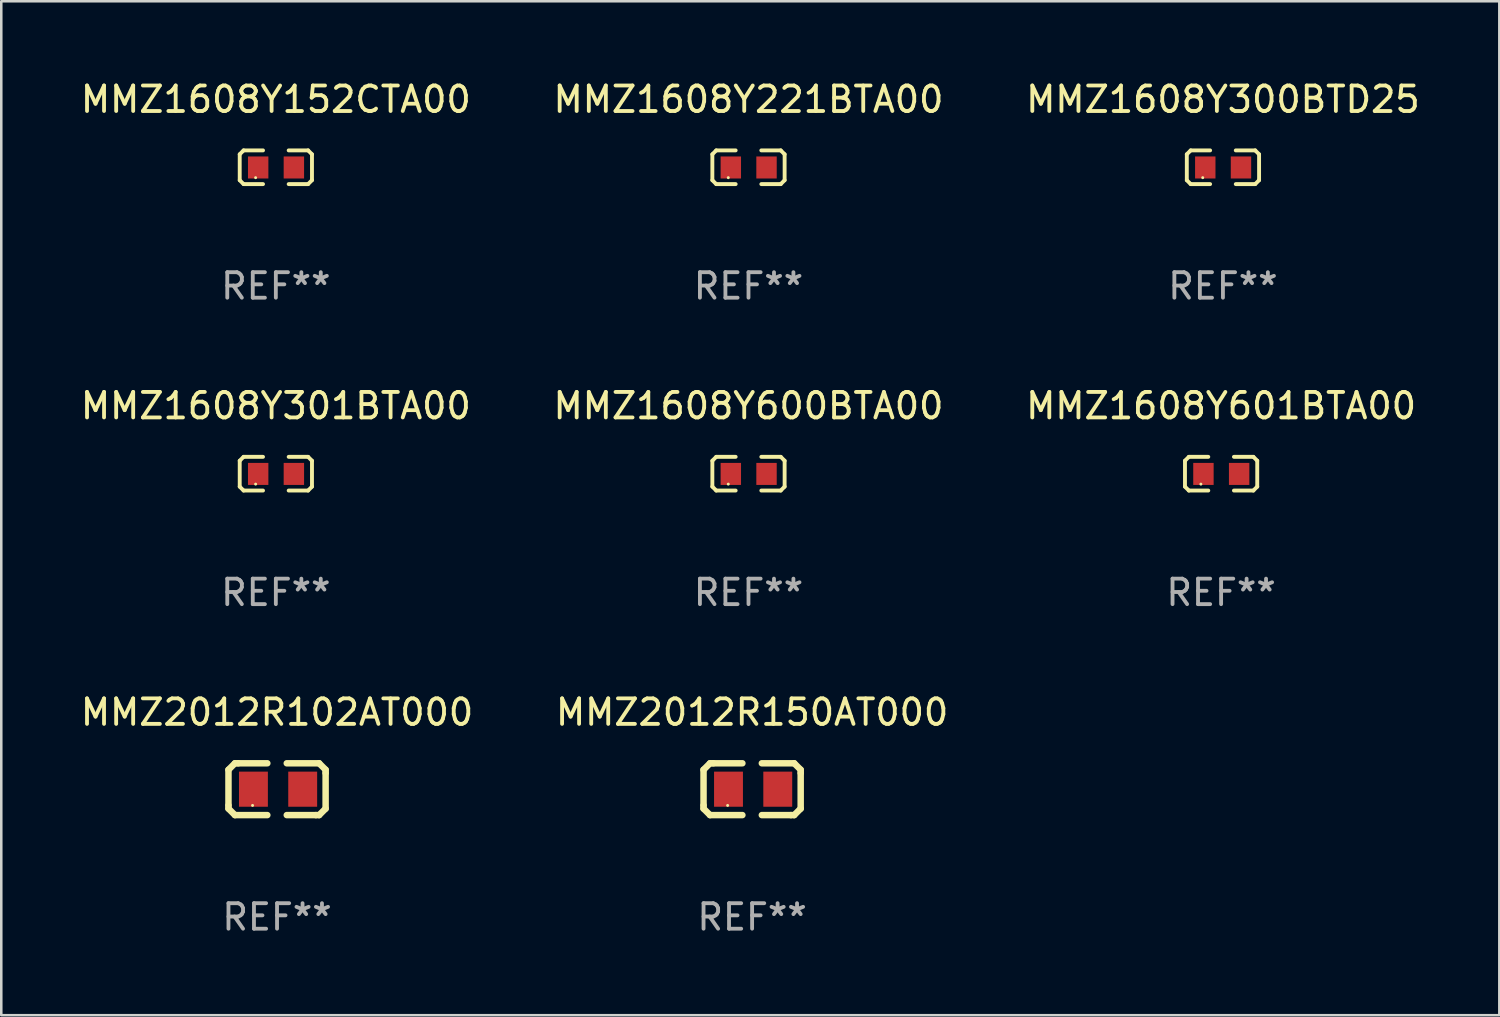
<source format=kicad_pcb>
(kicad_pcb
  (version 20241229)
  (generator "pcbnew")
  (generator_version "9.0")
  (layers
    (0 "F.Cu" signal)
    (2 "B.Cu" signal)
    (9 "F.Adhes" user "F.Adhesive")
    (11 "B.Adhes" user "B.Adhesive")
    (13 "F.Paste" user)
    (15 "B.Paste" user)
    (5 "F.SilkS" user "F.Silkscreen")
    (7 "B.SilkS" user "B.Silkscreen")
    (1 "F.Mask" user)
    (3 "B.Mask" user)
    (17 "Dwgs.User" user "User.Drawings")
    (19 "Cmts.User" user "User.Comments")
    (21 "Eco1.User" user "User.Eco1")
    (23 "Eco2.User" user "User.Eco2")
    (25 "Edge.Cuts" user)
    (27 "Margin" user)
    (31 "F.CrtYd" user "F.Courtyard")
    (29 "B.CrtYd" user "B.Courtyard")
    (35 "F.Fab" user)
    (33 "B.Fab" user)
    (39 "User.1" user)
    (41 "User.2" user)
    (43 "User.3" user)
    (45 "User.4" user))
  (footprint "MMZ2012R150AT000"
    (layer "F.Cu")
    (at 26.446 27.9)
    (property "Reference" "MMZ2012R150AT000" (at 0 -3.016 0) (layer "F.SilkS") (effects (font (size 1 1) (thickness 0.15))))
    (attr through_hole)
    (fp_line (start -1.905 -0.762) (end -1.905 0.635) (stroke (width 0.254) (type solid)) (layer "F.SilkS"))
    (fp_line (start -1.905 0.635) (end -1.905 0.762) (stroke (width 0.254) (type solid)) (layer "F.SilkS"))
    (fp_line (start -1.905 0.762) (end -1.651 1.016) (stroke (width 0.254) (type solid)) (layer "F.SilkS"))
    (fp_line (start -1.651 -1.016) (end -1.905 -0.762) (stroke (width 0.254) (type solid)) (layer "F.SilkS"))
    (fp_line (start -1.651 1.016) (end -0.381 1.016) (stroke (width 0.254) (type solid)) (layer "F.SilkS"))
    (fp_line (start -1.524 -1.016) (end -1.651 -1.016) (stroke (width 0.254) (type solid)) (layer "F.SilkS"))
    (fp_line (start -0.381 -1.016) (end -1.524 -1.016) (stroke (width 0.254) (type solid)) (layer "F.SilkS"))
    (fp_line (start 0.381 1.016) (end 1.524 1.016) (stroke (width 0.254) (type solid)) (layer "F.SilkS"))
    (fp_line (start 1.524 1.016) (end 1.651 1.016) (stroke (width 0.254) (type solid)) (layer "F.SilkS"))
    (fp_line (start 1.651 -1.016) (end 0.381 -1.016) (stroke (width 0.254) (type solid)) (layer "F.SilkS"))
    (fp_line (start 1.651 1.016) (end 1.905 0.762) (stroke (width 0.254) (type solid)) (layer "F.SilkS"))
    (fp_line (start 1.905 -0.762) (end 1.651 -1.016) (stroke (width 0.254) (type solid)) (layer "F.SilkS"))
    (fp_line (start 1.905 -0.635) (end 1.905 -0.762) (stroke (width 0.254) (type solid)) (layer "F.SilkS"))
    (fp_line (start 1.905 0.762) (end 1.905 -0.635) (stroke (width 0.254) (type solid)) (layer "F.SilkS"))
    (fp_circle (center -0.96 0.637) (end -0.93 0.637) (stroke (width 0.06) (type solid)) (fill no) (layer "F.SilkS"))
    (fp_text user "REF**" (at 0 5.016 0) (layer "F.Fab") (effects (font (size 1 1) (thickness 0.15))))
    (pad "1" smd rect (at -0.926 -0.000051) (size 1.133 1.377) (layers "F.Cu" "F.Mask" "F.Paste"))
    (pad "2" smd rect (at 1.006 -0.000051) (size 1.133 1.377) (layers "F.Cu" "F.Mask" "F.Paste")))
  (footprint "MMZ1608Y601BTA00"
    (layer "F.Cu")
    (at 44.839 15.527)
    (property "Reference" "MMZ1608Y601BTA00" (at 0 -2.661 0) (layer "F.SilkS") (effects (font (size 1 1) (thickness 0.15))))
    (attr through_hole)
    (fp_line (start -1.417 -0.508) (end -1.265 -0.661) (stroke (width 0.152) (type solid)) (layer "F.SilkS"))
    (fp_line (start -1.417 0.508) (end -1.417 -0.508) (stroke (width 0.152) (type solid)) (layer "F.SilkS"))
    (fp_line (start -1.265 -0.661) (end -0.503 -0.661) (stroke (width 0.152) (type solid)) (layer "F.SilkS"))
    (fp_line (start -1.265 0.661) (end -1.417 0.508) (stroke (width 0.152) (type solid)) (layer "F.SilkS"))
    (fp_line (start -1.265 0.661) (end -0.503 0.661) (stroke (width 0.152) (type solid)) (layer "F.SilkS"))
    (fp_line (start 1.265 -0.661) (end 0.503 -0.661) (stroke (width 0.152) (type solid)) (layer "F.SilkS"))
    (fp_line (start 1.265 -0.661) (end 1.417 -0.508) (stroke (width 0.152) (type solid)) (layer "F.SilkS"))
    (fp_line (start 1.265 0.661) (end 0.503 0.661) (stroke (width 0.152) (type solid)) (layer "F.SilkS"))
    (fp_line (start 1.417 -0.508) (end 1.417 0.508) (stroke (width 0.152) (type solid)) (layer "F.SilkS"))
    (fp_line (start 1.417 0.508) (end 1.265 0.661) (stroke (width 0.152) (type solid)) (layer "F.SilkS"))
    (fp_circle (center -0.793 0.409) (end -0.763 0.409) (stroke (width 0.06) (type solid)) (fill no) (layer "F.SilkS"))
    (fp_text user "REF**" (at 0 4.661 0) (layer "F.Fab") (effects (font (size 1 1) (thickness 0.15))))
    (pad "1" smd rect (at -0.693 0.009 180) (size 0.8 0.864) (layers "F.Cu" "F.Mask" "F.Paste"))
    (pad "2" smd rect (at 0.707 0.009 180) (size 0.8 0.864) (layers "F.Cu" "F.Mask" "F.Paste")))
  (footprint "MMZ1608Y600BTA00"
    (layer "F.Cu")
    (at 26.304 15.527)
    (property "Reference" "MMZ1608Y600BTA00" (at 0 -2.661 0) (layer "F.SilkS") (effects (font (size 1 1) (thickness 0.15))))
    (attr through_hole)
    (fp_line (start -1.417 -0.508) (end -1.265 -0.661) (stroke (width 0.152) (type solid)) (layer "F.SilkS"))
    (fp_line (start -1.417 0.508) (end -1.417 -0.508) (stroke (width 0.152) (type solid)) (layer "F.SilkS"))
    (fp_line (start -1.265 -0.661) (end -0.503 -0.661) (stroke (width 0.152) (type solid)) (layer "F.SilkS"))
    (fp_line (start -1.265 0.661) (end -1.417 0.508) (stroke (width 0.152) (type solid)) (layer "F.SilkS"))
    (fp_line (start -1.265 0.661) (end -0.503 0.661) (stroke (width 0.152) (type solid)) (layer "F.SilkS"))
    (fp_line (start 1.265 -0.661) (end 0.503 -0.661) (stroke (width 0.152) (type solid)) (layer "F.SilkS"))
    (fp_line (start 1.265 -0.661) (end 1.417 -0.508) (stroke (width 0.152) (type solid)) (layer "F.SilkS"))
    (fp_line (start 1.265 0.661) (end 0.503 0.661) (stroke (width 0.152) (type solid)) (layer "F.SilkS"))
    (fp_line (start 1.417 -0.508) (end 1.417 0.508) (stroke (width 0.152) (type solid)) (layer "F.SilkS"))
    (fp_line (start 1.417 0.508) (end 1.265 0.661) (stroke (width 0.152) (type solid)) (layer "F.SilkS"))
    (fp_circle (center -0.793 0.409) (end -0.763 0.409) (stroke (width 0.06) (type solid)) (fill no) (layer "F.SilkS"))
    (fp_text user "REF**" (at 0 4.661 0) (layer "F.Fab") (effects (font (size 1 1) (thickness 0.15))))
    (pad "1" smd rect (at -0.693 0.009 180) (size 0.8 0.864) (layers "F.Cu" "F.Mask" "F.Paste"))
    (pad "2" smd rect (at 0.707 0.009 180) (size 0.8 0.864) (layers "F.Cu" "F.Mask" "F.Paste")))
  (footprint "MMZ2012R102AT000"
    (layer "F.Cu")
    (at 7.815 27.9)
    (property "Reference" "MMZ2012R102AT000" (at 0 -3.016 0) (layer "F.SilkS") (effects (font (size 1 1) (thickness 0.15))))
    (attr through_hole)
    (fp_line (start -1.905 -0.762) (end -1.905 0.635) (stroke (width 0.254) (type solid)) (layer "F.SilkS"))
    (fp_line (start -1.905 0.635) (end -1.905 0.762) (stroke (width 0.254) (type solid)) (layer "F.SilkS"))
    (fp_line (start -1.905 0.762) (end -1.651 1.016) (stroke (width 0.254) (type solid)) (layer "F.SilkS"))
    (fp_line (start -1.651 -1.016) (end -1.905 -0.762) (stroke (width 0.254) (type solid)) (layer "F.SilkS"))
    (fp_line (start -1.651 1.016) (end -0.381 1.016) (stroke (width 0.254) (type solid)) (layer "F.SilkS"))
    (fp_line (start -1.524 -1.016) (end -1.651 -1.016) (stroke (width 0.254) (type solid)) (layer "F.SilkS"))
    (fp_line (start -0.381 -1.016) (end -1.524 -1.016) (stroke (width 0.254) (type solid)) (layer "F.SilkS"))
    (fp_line (start 0.381 1.016) (end 1.524 1.016) (stroke (width 0.254) (type solid)) (layer "F.SilkS"))
    (fp_line (start 1.524 1.016) (end 1.651 1.016) (stroke (width 0.254) (type solid)) (layer "F.SilkS"))
    (fp_line (start 1.651 -1.016) (end 0.381 -1.016) (stroke (width 0.254) (type solid)) (layer "F.SilkS"))
    (fp_line (start 1.651 1.016) (end 1.905 0.762) (stroke (width 0.254) (type solid)) (layer "F.SilkS"))
    (fp_line (start 1.905 -0.762) (end 1.651 -1.016) (stroke (width 0.254) (type solid)) (layer "F.SilkS"))
    (fp_line (start 1.905 -0.635) (end 1.905 -0.762) (stroke (width 0.254) (type solid)) (layer "F.SilkS"))
    (fp_line (start 1.905 0.762) (end 1.905 -0.635) (stroke (width 0.254) (type solid)) (layer "F.SilkS"))
    (fp_circle (center -0.96 0.637) (end -0.93 0.637) (stroke (width 0.06) (type solid)) (fill no) (layer "F.SilkS"))
    (fp_text user "REF**" (at 0 5.016 0) (layer "F.Fab") (effects (font (size 1 1) (thickness 0.15))))
    (pad "1" smd rect (at -0.926 -0.000051) (size 1.133 1.377) (layers "F.Cu" "F.Mask" "F.Paste"))
    (pad "2" smd rect (at 1.006 -0.000051) (size 1.133 1.377) (layers "F.Cu" "F.Mask" "F.Paste")))
  (footprint "MMZ1608Y221BTA00"
    (layer "F.Cu")
    (at 26.304 3.509)
    (property "Reference" "MMZ1608Y221BTA00" (at 0 -2.661 0) (layer "F.SilkS") (effects (font (size 1 1) (thickness 0.15))))
    (attr through_hole)
    (fp_line (start -1.417 -0.508) (end -1.265 -0.661) (stroke (width 0.152) (type solid)) (layer "F.SilkS"))
    (fp_line (start -1.417 0.508) (end -1.417 -0.508) (stroke (width 0.152) (type solid)) (layer "F.SilkS"))
    (fp_line (start -1.265 -0.661) (end -0.503 -0.661) (stroke (width 0.152) (type solid)) (layer "F.SilkS"))
    (fp_line (start -1.265 0.661) (end -1.417 0.508) (stroke (width 0.152) (type solid)) (layer "F.SilkS"))
    (fp_line (start -1.265 0.661) (end -0.503 0.661) (stroke (width 0.152) (type solid)) (layer "F.SilkS"))
    (fp_line (start 1.265 -0.661) (end 0.503 -0.661) (stroke (width 0.152) (type solid)) (layer "F.SilkS"))
    (fp_line (start 1.265 -0.661) (end 1.417 -0.508) (stroke (width 0.152) (type solid)) (layer "F.SilkS"))
    (fp_line (start 1.265 0.661) (end 0.503 0.661) (stroke (width 0.152) (type solid)) (layer "F.SilkS"))
    (fp_line (start 1.417 -0.508) (end 1.417 0.508) (stroke (width 0.152) (type solid)) (layer "F.SilkS"))
    (fp_line (start 1.417 0.508) (end 1.265 0.661) (stroke (width 0.152) (type solid)) (layer "F.SilkS"))
    (fp_circle (center -0.793 0.409) (end -0.763 0.409) (stroke (width 0.06) (type solid)) (fill no) (layer "F.SilkS"))
    (fp_text user "REF**" (at 0 4.661 0) (layer "F.Fab") (effects (font (size 1 1) (thickness 0.15))))
    (pad "1" smd rect (at -0.693 0.009 180) (size 0.8 0.864) (layers "F.Cu" "F.Mask" "F.Paste"))
    (pad "2" smd rect (at 0.707 0.009 180) (size 0.8 0.864) (layers "F.Cu" "F.Mask" "F.Paste")))
  (footprint "MMZ1608Y300BTD25"
    (layer "F.Cu")
    (at 44.911 3.509)
    (property "Reference" "MMZ1608Y300BTD25" (at 0 -2.661 0) (layer "F.SilkS") (effects (font (size 1 1) (thickness 0.15))))
    (attr through_hole)
    (fp_line (start -1.417 -0.508) (end -1.265 -0.661) (stroke (width 0.152) (type solid)) (layer "F.SilkS"))
    (fp_line (start -1.417 0.508) (end -1.417 -0.508) (stroke (width 0.152) (type solid)) (layer "F.SilkS"))
    (fp_line (start -1.265 -0.661) (end -0.503 -0.661) (stroke (width 0.152) (type solid)) (layer "F.SilkS"))
    (fp_line (start -1.265 0.661) (end -1.417 0.508) (stroke (width 0.152) (type solid)) (layer "F.SilkS"))
    (fp_line (start -1.265 0.661) (end -0.503 0.661) (stroke (width 0.152) (type solid)) (layer "F.SilkS"))
    (fp_line (start 1.265 -0.661) (end 0.503 -0.661) (stroke (width 0.152) (type solid)) (layer "F.SilkS"))
    (fp_line (start 1.265 -0.661) (end 1.417 -0.508) (stroke (width 0.152) (type solid)) (layer "F.SilkS"))
    (fp_line (start 1.265 0.661) (end 0.503 0.661) (stroke (width 0.152) (type solid)) (layer "F.SilkS"))
    (fp_line (start 1.417 -0.508) (end 1.417 0.508) (stroke (width 0.152) (type solid)) (layer "F.SilkS"))
    (fp_line (start 1.417 0.508) (end 1.265 0.661) (stroke (width 0.152) (type solid)) (layer "F.SilkS"))
    (fp_circle (center -0.793 0.409) (end -0.763 0.409) (stroke (width 0.06) (type solid)) (fill no) (layer "F.SilkS"))
    (fp_text user "REF**" (at 0 4.661 0) (layer "F.Fab") (effects (font (size 1 1) (thickness 0.15))))
    (pad "1" smd rect (at -0.693 0.009 180) (size 0.8 0.864) (layers "F.Cu" "F.Mask" "F.Paste"))
    (pad "2" smd rect (at 0.707 0.009 180) (size 0.8 0.864) (layers "F.Cu" "F.Mask" "F.Paste")))
  (footprint "MMZ1608Y152CTA00"
    (layer "F.Cu")
    (at 7.768 3.509)
    (property "Reference" "MMZ1608Y152CTA00" (at 0 -2.661 0) (layer "F.SilkS") (effects (font (size 1 1) (thickness 0.15))))
    (attr through_hole)
    (fp_line (start -1.417 -0.508) (end -1.265 -0.661) (stroke (width 0.152) (type solid)) (layer "F.SilkS"))
    (fp_line (start -1.417 0.508) (end -1.417 -0.508) (stroke (width 0.152) (type solid)) (layer "F.SilkS"))
    (fp_line (start -1.265 -0.661) (end -0.503 -0.661) (stroke (width 0.152) (type solid)) (layer "F.SilkS"))
    (fp_line (start -1.265 0.661) (end -1.417 0.508) (stroke (width 0.152) (type solid)) (layer "F.SilkS"))
    (fp_line (start -1.265 0.661) (end -0.503 0.661) (stroke (width 0.152) (type solid)) (layer "F.SilkS"))
    (fp_line (start 1.265 -0.661) (end 0.503 -0.661) (stroke (width 0.152) (type solid)) (layer "F.SilkS"))
    (fp_line (start 1.265 -0.661) (end 1.417 -0.508) (stroke (width 0.152) (type solid)) (layer "F.SilkS"))
    (fp_line (start 1.265 0.661) (end 0.503 0.661) (stroke (width 0.152) (type solid)) (layer "F.SilkS"))
    (fp_line (start 1.417 -0.508) (end 1.417 0.508) (stroke (width 0.152) (type solid)) (layer "F.SilkS"))
    (fp_line (start 1.417 0.508) (end 1.265 0.661) (stroke (width 0.152) (type solid)) (layer "F.SilkS"))
    (fp_circle (center -0.793 0.409) (end -0.763 0.409) (stroke (width 0.06) (type solid)) (fill no) (layer "F.SilkS"))
    (fp_text user "REF**" (at 0 4.661 0) (layer "F.Fab") (effects (font (size 1 1) (thickness 0.15))))
    (pad "1" smd rect (at -0.693 0.009 180) (size 0.8 0.864) (layers "F.Cu" "F.Mask" "F.Paste"))
    (pad "2" smd rect (at 0.707 0.009 180) (size 0.8 0.864) (layers "F.Cu" "F.Mask" "F.Paste")))
  (footprint "MMZ1608Y301BTA00"
    (layer "F.Cu")
    (at 7.768 15.527)
    (property "Reference" "MMZ1608Y301BTA00" (at 0 -2.661 0) (layer "F.SilkS") (effects (font (size 1 1) (thickness 0.15))))
    (attr through_hole)
    (fp_line (start -1.417 -0.508) (end -1.265 -0.661) (stroke (width 0.152) (type solid)) (layer "F.SilkS"))
    (fp_line (start -1.417 0.508) (end -1.417 -0.508) (stroke (width 0.152) (type solid)) (layer "F.SilkS"))
    (fp_line (start -1.265 -0.661) (end -0.503 -0.661) (stroke (width 0.152) (type solid)) (layer "F.SilkS"))
    (fp_line (start -1.265 0.661) (end -1.417 0.508) (stroke (width 0.152) (type solid)) (layer "F.SilkS"))
    (fp_line (start -1.265 0.661) (end -0.503 0.661) (stroke (width 0.152) (type solid)) (layer "F.SilkS"))
    (fp_line (start 1.265 -0.661) (end 0.503 -0.661) (stroke (width 0.152) (type solid)) (layer "F.SilkS"))
    (fp_line (start 1.265 -0.661) (end 1.417 -0.508) (stroke (width 0.152) (type solid)) (layer "F.SilkS"))
    (fp_line (start 1.265 0.661) (end 0.503 0.661) (stroke (width 0.152) (type solid)) (layer "F.SilkS"))
    (fp_line (start 1.417 -0.508) (end 1.417 0.508) (stroke (width 0.152) (type solid)) (layer "F.SilkS"))
    (fp_line (start 1.417 0.508) (end 1.265 0.661) (stroke (width 0.152) (type solid)) (layer "F.SilkS"))
    (fp_circle (center -0.793 0.409) (end -0.763 0.409) (stroke (width 0.06) (type solid)) (fill no) (layer "F.SilkS"))
    (fp_text user "REF**" (at 0 4.661 0) (layer "F.Fab") (effects (font (size 1 1) (thickness 0.15))))
    (pad "1" smd rect (at -0.693 0.009 180) (size 0.8 0.864) (layers "F.Cu" "F.Mask" "F.Paste"))
    (pad "2" smd rect (at 0.707 0.009 180) (size 0.8 0.864) (layers "F.Cu" "F.Mask" "F.Paste")))
  (gr_rect
    (start -3 -3)
    (end 55.75 36.764)
    (stroke (width 0.1) (type default))
    (fill no)
    (layer "Edge.Cuts")))
</source>
